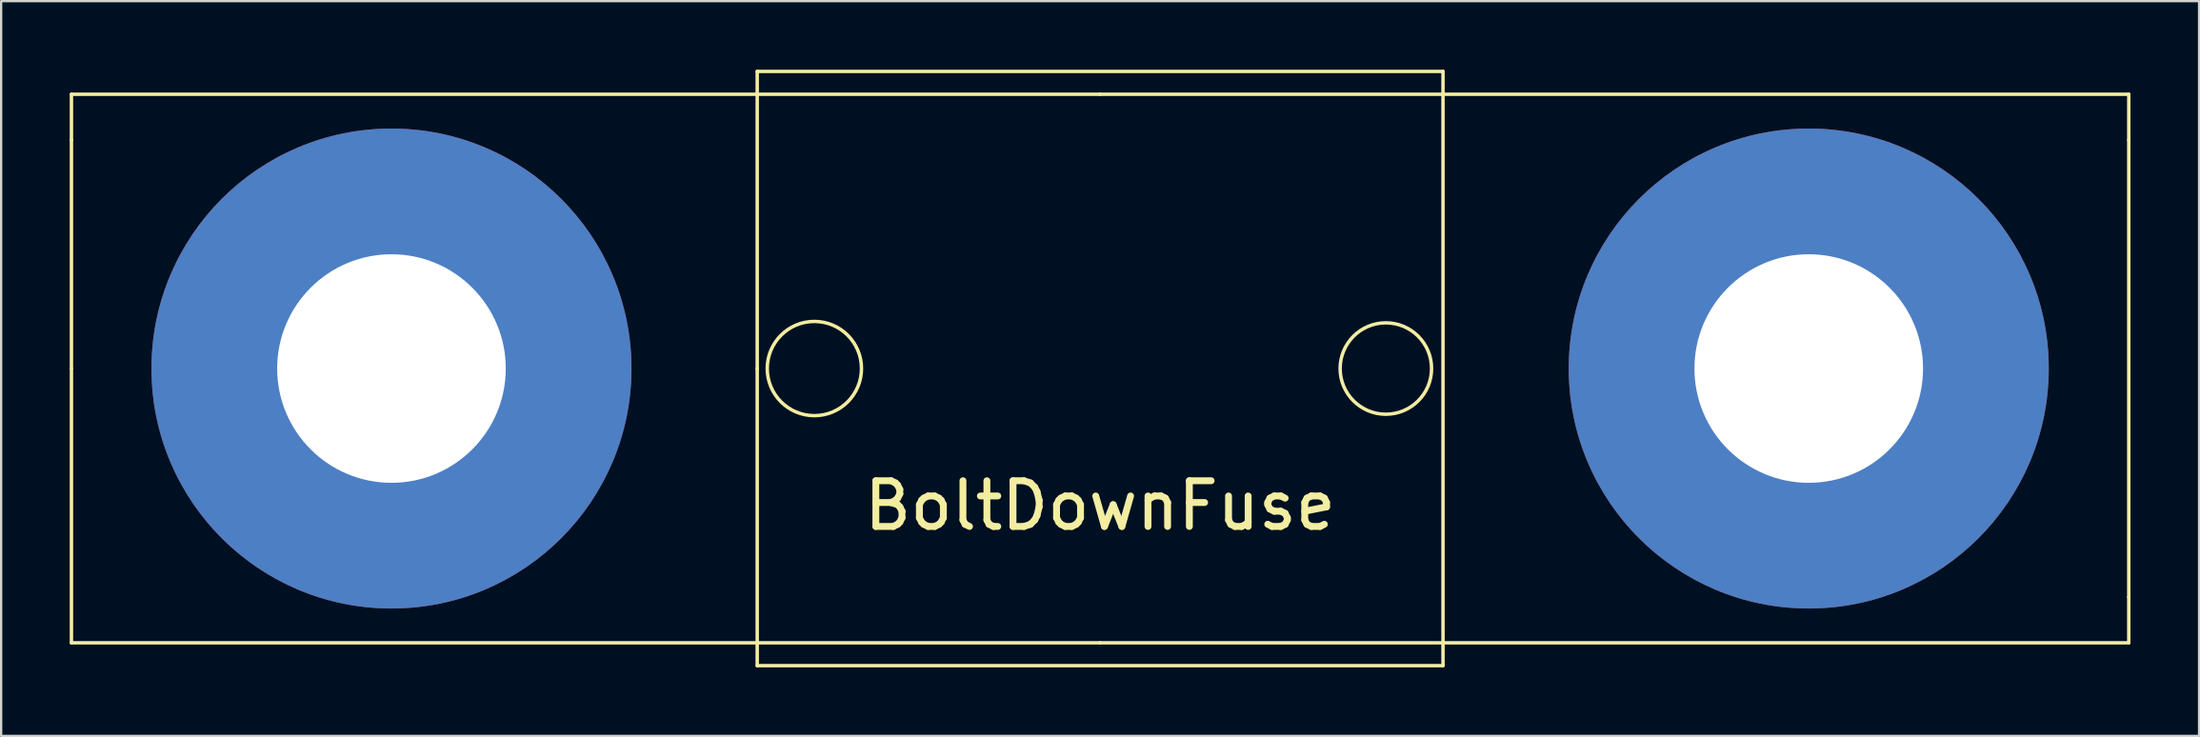
<source format=kicad_pcb>
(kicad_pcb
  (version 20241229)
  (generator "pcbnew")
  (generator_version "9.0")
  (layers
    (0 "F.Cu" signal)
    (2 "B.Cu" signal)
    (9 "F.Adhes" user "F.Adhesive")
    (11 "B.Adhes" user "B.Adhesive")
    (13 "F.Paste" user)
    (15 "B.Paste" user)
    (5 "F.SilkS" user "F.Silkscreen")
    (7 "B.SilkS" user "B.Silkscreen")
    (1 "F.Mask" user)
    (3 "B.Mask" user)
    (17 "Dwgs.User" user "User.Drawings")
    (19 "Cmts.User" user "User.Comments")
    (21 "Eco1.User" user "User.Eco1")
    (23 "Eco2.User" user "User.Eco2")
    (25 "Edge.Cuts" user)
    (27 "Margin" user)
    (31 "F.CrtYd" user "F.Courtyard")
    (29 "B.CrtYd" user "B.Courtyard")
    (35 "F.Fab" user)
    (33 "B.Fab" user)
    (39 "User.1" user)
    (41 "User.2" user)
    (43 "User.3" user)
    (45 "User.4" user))
  (footprint "BoltDownFuse"
    (layer "F.Cu")
    (at 45.075 13.075)
    (property "Reference" "BoltDownFuse" (at 0 6 0) (layer "F.SilkS") (effects (font (size 2 2) (thickness 0.3))))
    (attr through_hole)
    (fp_line (start -45 -12) (end 0 -12) (stroke (width 0.15) (type solid)) (layer "F.SilkS"))
    (fp_line (start -45 -10) (end -45 -12) (stroke (width 0.15) (type solid)) (layer "F.SilkS"))
    (fp_line (start -45 0) (end -45 -10) (stroke (width 0.15) (type solid)) (layer "F.SilkS"))
    (fp_line (start -45 0) (end -45 12) (stroke (width 0.15) (type solid)) (layer "F.SilkS"))
    (fp_line (start -45 12) (end 0 12) (stroke (width 0.15) (type solid)) (layer "F.SilkS"))
    (fp_line (start -31 0) (end -30 0) (stroke (width 0.15) (type solid)) (layer "F.SilkS"))
    (fp_line (start -15 -13) (end 15 -13) (stroke (width 0.15) (type solid)) (layer "F.SilkS"))
    (fp_line (start -15 0) (end -15 -13) (stroke (width 0.15) (type solid)) (layer "F.SilkS"))
    (fp_line (start -15 0) (end -15 13) (stroke (width 0.15) (type solid)) (layer "F.SilkS"))
    (fp_line (start -15 13) (end 15 13) (stroke (width 0.15) (type solid)) (layer "F.SilkS"))
    (fp_line (start 0 12) (end 45 12) (stroke (width 0.15) (type solid)) (layer "F.SilkS"))
    (fp_line (start 15 13) (end 15 -13) (stroke (width 0.15) (type solid)) (layer "F.SilkS"))
    (fp_line (start 31 0) (end 30 0) (stroke (width 0.15) (type solid)) (layer "F.SilkS"))
    (fp_line (start 45 -12) (end 0 -12) (stroke (width 0.15) (type solid)) (layer "F.SilkS"))
    (fp_line (start 45 -10) (end 45 -12) (stroke (width 0.15) (type solid)) (layer "F.SilkS"))
    (fp_line (start 45 -10) (end 45 10) (stroke (width 0.15) (type solid)) (layer "F.SilkS"))
    (fp_line (start 45 12) (end 45 10) (stroke (width 0.15) (type solid)) (layer "F.SilkS"))
    (fp_circle (center -12.5 0) (end -12 -2) (stroke (width 0.15) (type solid)) (fill no) (layer "F.SilkS"))
    (fp_circle (center 12.5 0) (end 12.5 -2) (stroke (width 0.15) (type solid)) (fill no) (layer "F.SilkS"))
    (pad "1" thru_hole circle (at -31 0) (size 21 21) (drill 10) (layers "*.Cu" "*.Mask"))
    (pad "2" thru_hole circle (at 31 0) (size 21 21) (drill 10) (layers "*.Cu" "*.Mask")))
  (gr_rect
    (start -3 -3)
    (end 93.15 29.15)
    (stroke (width 0.1) (type default))
    (fill no)
    (layer "Edge.Cuts")))
</source>
